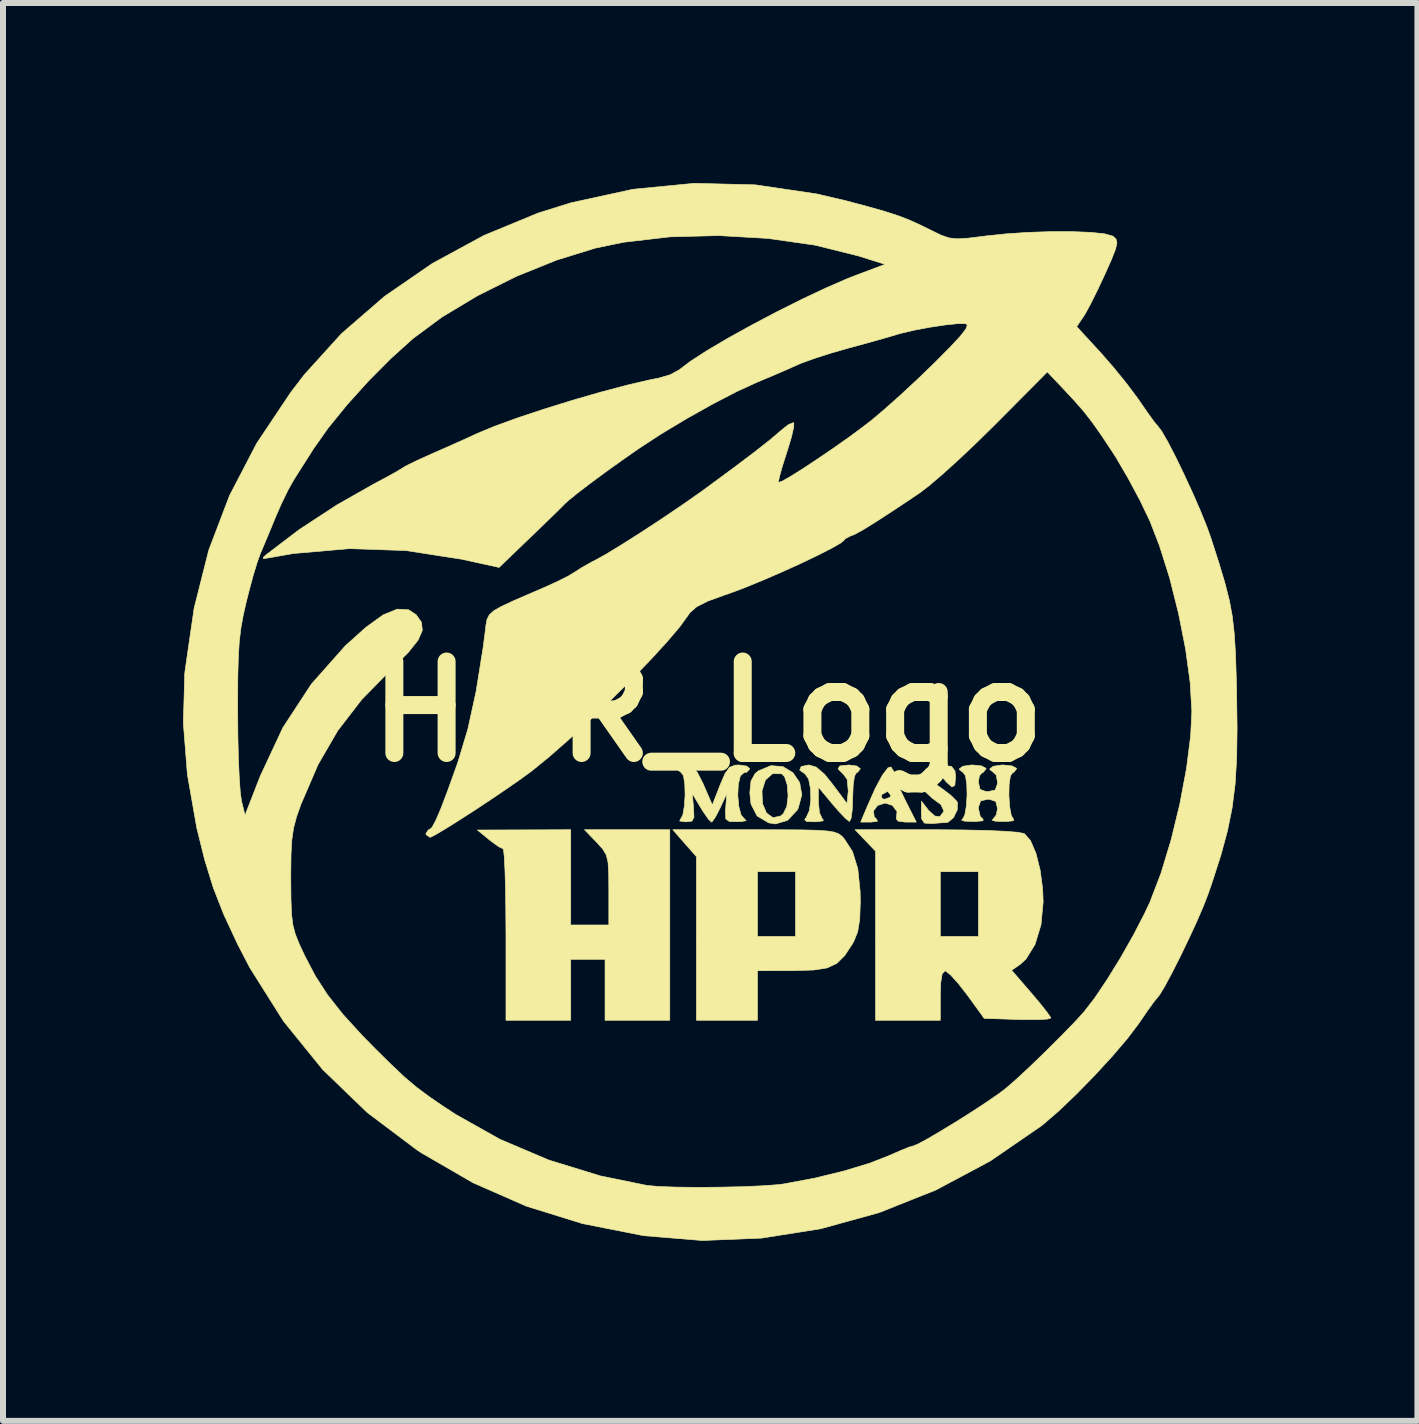
<source format=kicad_pcb>
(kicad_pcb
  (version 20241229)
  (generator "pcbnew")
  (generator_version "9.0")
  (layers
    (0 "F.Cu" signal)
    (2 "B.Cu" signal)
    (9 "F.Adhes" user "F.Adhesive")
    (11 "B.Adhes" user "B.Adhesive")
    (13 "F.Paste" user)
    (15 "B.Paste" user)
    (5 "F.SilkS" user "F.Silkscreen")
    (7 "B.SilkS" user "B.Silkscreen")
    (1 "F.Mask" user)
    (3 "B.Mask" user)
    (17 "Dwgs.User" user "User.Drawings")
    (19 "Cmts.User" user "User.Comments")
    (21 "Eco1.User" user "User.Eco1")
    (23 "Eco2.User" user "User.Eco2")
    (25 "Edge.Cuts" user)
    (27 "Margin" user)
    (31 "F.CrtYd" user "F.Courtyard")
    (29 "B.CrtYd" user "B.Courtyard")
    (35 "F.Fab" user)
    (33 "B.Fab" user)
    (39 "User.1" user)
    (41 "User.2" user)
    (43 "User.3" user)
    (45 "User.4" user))
  (footprint "HPR_Logo"
    (layer "F.Cu")
    (at 8.747 8.809)
    (property "Reference" "HPR_Logo" (at 0 0 180) (layer "F.SilkS") (effects (font (size 1.524 1.524) (thickness 0.3))))
    (attr through_hole)
    (fp_poly (pts (xy -0.635 5.144) (xy -1.714 5.144) (xy -1.714 4.128) (xy -2.286 4.128) (xy -2.286 5.144) (xy -3.365 5.144) (xy -3.365 3.715) (xy -3.368 3.304) (xy -3.373 2.94) (xy -3.382 2.639) (xy -3.393 2.421) (xy -3.406 2.302) (xy -3.413 2.286) (xy -3.489 2.249) (xy -3.616 2.157) (xy -3.651 2.129) (xy -3.842 1.973) (xy -3.064 1.971) (xy -2.286 1.968) (xy -2.286 3.556) (xy -1.651 3.556) (xy -1.651 2.972) (xy -1.653 2.694) (xy -1.664 2.511) (xy -1.694 2.388) (xy -1.75 2.293) (xy -1.841 2.191) (xy -1.854 2.178) (xy -2.057 1.968) (xy -0.635 1.968) (xy -0.635 5.144)) (stroke (width 0.01) (type solid)) (fill yes) (layer "F.SilkS"))
    (fp_poly (pts (xy 1.251 0.917) (xy 1.417 1.018) (xy 1.529 1.182) (xy 1.565 1.386) (xy 1.505 1.61) (xy 1.486 1.644) (xy 1.328 1.811) (xy 1.129 1.871) (xy 1.014 1.854) (xy 0.82 1.739) (xy 0.718 1.54) (xy 0.699 1.359) (xy 0.702 1.321) (xy 0.901 1.321) (xy 0.911 1.537) (xy 0.978 1.692) (xy 1.084 1.767) (xy 1.209 1.741) (xy 1.257 1.702) (xy 1.315 1.582) (xy 1.336 1.406) (xy 1.323 1.223) (xy 1.277 1.083) (xy 1.23 1.036) (xy 1.078 1.034) (xy 0.96 1.137) (xy 0.901 1.321) (xy 0.702 1.321) (xy 0.718 1.157) (xy 0.787 1.032) (xy 0.84 0.988) (xy 1.051 0.9) (xy 1.251 0.917)) (stroke (width 0.01) (type solid)) (fill yes) (layer "F.SilkS"))
    (fp_poly (pts (xy 1.225 1.969) (xy 1.565 1.971) (xy 1.812 1.977) (xy 1.985 1.989) (xy 2.1 2.007) (xy 2.175 2.034) (xy 2.227 2.071) (xy 2.266 2.111) (xy 2.409 2.33) (xy 2.498 2.618) (xy 2.537 2.997) (xy 2.54 3.169) (xy 2.53 3.461) (xy 2.496 3.669) (xy 2.429 3.835) (xy 2.407 3.873) (xy 2.278 4.068) (xy 2.148 4.196) (xy 1.987 4.271) (xy 1.764 4.306) (xy 1.448 4.316) (xy 1.413 4.317) (xy 0.826 4.318) (xy 0.826 5.144) (xy -0.191 5.144) (xy -0.191 2.667) (xy 0.826 2.667) (xy 0.826 3.747) (xy 1.46 3.747) (xy 1.46 2.667) (xy 0.826 2.667) (xy -0.191 2.667) (xy -0.191 2.417) (xy -0.388 2.193) (xy -0.585 1.968) (xy 0.776 1.968) (xy 1.225 1.969)) (stroke (width 0.01) (type solid)) (fill yes) (layer "F.SilkS"))
    (fp_poly (pts (xy 3.108 1.013) (xy 3.111 1.043) (xy 3.139 1.14) (xy 3.209 1.309) (xy 3.292 1.483) (xy 3.473 1.841) (xy 3.288 1.841) (xy 3.17 1.825) (xy 3.139 1.785) (xy 3.14 1.784) (xy 3.152 1.665) (xy 3.075 1.563) (xy 2.953 1.524) (xy 2.828 1.564) (xy 2.76 1.655) (xy 2.772 1.754) (xy 2.808 1.788) (xy 2.826 1.827) (xy 2.72 1.841) (xy 2.718 1.841) (xy 2.546 1.841) (xy 2.646 1.603) (xy 2.737 1.397) (xy 2.889 1.397) (xy 2.904 1.451) (xy 2.949 1.46) (xy 3.036 1.427) (xy 3.048 1.397) (xy 3.002 1.335) (xy 2.988 1.333) (xy 2.902 1.38) (xy 2.889 1.397) (xy 2.737 1.397) (xy 2.788 1.282) (xy 2.909 1.057) (xy 3.001 0.937) (xy 3.05 0.922) (xy 3.108 1.013)) (stroke (width 0.01) (type solid)) (fill yes) (layer "F.SilkS"))
    (fp_poly (pts (xy 4.059 0.913) (xy 4.117 0.987) (xy 4.128 1.083) (xy 4.115 1.228) (xy 4.068 1.257) (xy 3.974 1.173) (xy 3.936 1.127) (xy 3.836 1.034) (xy 3.759 1.044) (xy 3.744 1.058) (xy 3.72 1.123) (xy 3.789 1.204) (xy 3.897 1.28) (xy 4.046 1.392) (xy 4.144 1.49) (xy 4.158 1.513) (xy 4.156 1.637) (xy 4.092 1.768) (xy 4 1.844) (xy 3.982 1.847) (xy 3.864 1.855) (xy 3.731 1.865) (xy 3.608 1.858) (xy 3.562 1.788) (xy 3.557 1.685) (xy 3.559 1.492) (xy 3.676 1.644) (xy 3.78 1.739) (xy 3.865 1.752) (xy 3.934 1.659) (xy 3.883 1.549) (xy 3.746 1.448) (xy 3.61 1.324) (xy 3.548 1.174) (xy 3.561 1.034) (xy 3.654 0.941) (xy 3.699 0.928) (xy 3.927 0.896) (xy 4.059 0.913)) (stroke (width 0.01) (type solid)) (fill yes) (layer "F.SilkS"))
    (fp_poly (pts (xy 2.483 0.907) (xy 2.54 0.952) (xy 2.54 0.953) (xy 2.492 1.014) (xy 2.477 1.016) (xy 2.443 1.074) (xy 2.421 1.229) (xy 2.413 1.434) (xy 2.405 1.642) (xy 2.385 1.784) (xy 2.357 1.831) (xy 2.288 1.774) (xy 2.169 1.648) (xy 2.071 1.534) (xy 1.841 1.258) (xy 1.841 1.513) (xy 1.86 1.686) (xy 1.907 1.79) (xy 1.921 1.799) (xy 1.92 1.821) (xy 1.818 1.835) (xy 1.781 1.836) (xy 1.643 1.831) (xy 1.613 1.799) (xy 1.638 1.765) (xy 1.691 1.651) (xy 1.715 1.475) (xy 1.71 1.283) (xy 1.678 1.122) (xy 1.62 1.039) (xy 1.619 1.039) (xy 1.53 0.975) (xy 1.555 0.915) (xy 1.68 0.889) (xy 1.682 0.889) (xy 1.805 0.925) (xy 1.944 1.044) (xy 2.078 1.211) (xy 2.318 1.532) (xy 2.339 1.325) (xy 2.321 1.129) (xy 2.259 1.044) (xy 2.169 0.955) (xy 2.198 0.905) (xy 2.348 0.889) (xy 2.349 0.889) (xy 2.483 0.907)) (stroke (width 0.01) (type solid)) (fill yes) (layer "F.SilkS"))
    (fp_poly (pts (xy 4.251 1.972) (xy 4.638 1.98) (xy 4.949 1.994) (xy 5.165 2.011) (xy 5.271 2.032) (xy 5.273 2.033) (xy 5.376 2.149) (xy 5.467 2.362) (xy 5.537 2.642) (xy 5.579 2.96) (xy 5.587 3.171) (xy 5.551 3.552) (xy 5.452 3.879) (xy 5.301 4.124) (xy 5.205 4.211) (xy 5.062 4.311) (xy 5.388 4.688) (xy 5.542 4.871) (xy 5.657 5.017) (xy 5.713 5.099) (xy 5.715 5.107) (xy 5.656 5.124) (xy 5.5 5.133) (xy 5.273 5.133) (xy 5.16 5.13) (xy 4.605 5.112) (xy 4.319 4.718) (xy 4.172 4.529) (xy 4.045 4.389) (xy 3.962 4.323) (xy 3.953 4.321) (xy 3.905 4.368) (xy 3.88 4.52) (xy 3.873 4.731) (xy 3.873 5.144) (xy 2.794 5.144) (xy 2.794 2.667) (xy 3.873 2.667) (xy 3.873 3.747) (xy 4.508 3.747) (xy 4.508 2.667) (xy 3.873 2.667) (xy 2.794 2.667) (xy 2.794 2.325) (xy 2.623 2.147) (xy 2.453 1.968) (xy 3.802 1.968) (xy 4.251 1.972)) (stroke (width 0.01) (type solid)) (fill yes) (layer "F.SilkS"))
    (fp_poly (pts (xy 0.647 0.908) (xy 0.699 0.953) (xy 0.647 1.009) (xy 0.603 1.016) (xy 0.541 1.071) (xy 0.507 1.21) (xy 0.498 1.393) (xy 0.514 1.578) (xy 0.555 1.727) (xy 0.619 1.798) (xy 0.638 1.818) (xy 0.55 1.832) (xy 0.505 1.834) (xy 0.358 1.832) (xy 0.298 1.787) (xy 0.293 1.664) (xy 0.297 1.603) (xy 0.315 1.365) (xy 0.205 1.603) (xy 0.129 1.751) (xy 0.071 1.834) (xy 0.06 1.841) (xy 0.009 1.792) (xy -0.078 1.668) (xy -0.118 1.603) (xy -0.261 1.365) (xy -0.239 1.603) (xy -0.232 1.759) (xy -0.266 1.825) (xy -0.363 1.837) (xy -0.378 1.836) (xy -0.47 1.823) (xy -0.46 1.799) (xy -0.419 1.727) (xy -0.392 1.577) (xy -0.38 1.39) (xy -0.385 1.206) (xy -0.407 1.068) (xy -0.445 1.016) (xy -0.506 0.968) (xy -0.508 0.953) (xy -0.454 0.903) (xy -0.362 0.889) (xy -0.263 0.915) (xy -0.177 1.011) (xy -0.08 1.201) (xy -0.071 1.222) (xy 0.074 1.556) (xy 0.204 1.222) (xy 0.287 1.03) (xy 0.36 0.929) (xy 0.45 0.893) (xy 0.517 0.889) (xy 0.647 0.908)) (stroke (width 0.01) (type solid)) (fill yes) (layer "F.SilkS"))
    (fp_poly (pts (xy 5.068 0.905) (xy 5.142 0.944) (xy 5.144 0.953) (xy 5.095 1.014) (xy 5.08 1.016) (xy 5.041 1.072) (xy 5.02 1.213) (xy 5.016 1.397) (xy 5.028 1.583) (xy 5.056 1.731) (xy 5.096 1.799) (xy 5.091 1.819) (xy 4.986 1.83) (xy 4.921 1.831) (xy 4.783 1.825) (xy 4.735 1.808) (xy 4.747 1.799) (xy 4.808 1.718) (xy 4.826 1.614) (xy 4.798 1.497) (xy 4.692 1.461) (xy 4.667 1.46) (xy 4.546 1.487) (xy 4.509 1.59) (xy 4.508 1.614) (xy 4.538 1.744) (xy 4.588 1.799) (xy 4.583 1.819) (xy 4.478 1.83) (xy 4.413 1.831) (xy 4.275 1.825) (xy 4.227 1.808) (xy 4.239 1.799) (xy 4.28 1.727) (xy 4.307 1.577) (xy 4.319 1.39) (xy 4.314 1.206) (xy 4.292 1.068) (xy 4.255 1.016) (xy 4.193 0.968) (xy 4.191 0.953) (xy 4.247 0.911) (xy 4.384 0.89) (xy 4.413 0.889) (xy 4.56 0.905) (xy 4.634 0.944) (xy 4.636 0.953) (xy 4.587 1.014) (xy 4.572 1.016) (xy 4.524 1.07) (xy 4.508 1.175) (xy 4.535 1.296) (xy 4.638 1.333) (xy 4.667 1.333) (xy 4.788 1.307) (xy 4.825 1.204) (xy 4.826 1.175) (xy 4.804 1.055) (xy 4.763 1.016) (xy 4.701 0.968) (xy 4.699 0.953) (xy 4.755 0.911) (xy 4.892 0.89) (xy 4.921 0.889) (xy 5.068 0.905)) (stroke (width 0.01) (type solid)) (fill yes) (layer "F.SilkS"))
    (fp_poly (pts (xy 0.788 -8.779) (xy 1.811 -8.628) (xy 2.291 -8.516) (xy 2.666 -8.416) (xy 2.949 -8.336) (xy 3.17 -8.264) (xy 3.361 -8.191) (xy 3.551 -8.104) (xy 3.728 -8.017) (xy 3.89 -7.938) (xy 4.02 -7.894) (xy 4.155 -7.879) (xy 4.335 -7.89) (xy 4.599 -7.922) (xy 4.624 -7.926) (xy 4.969 -7.962) (xy 5.342 -7.987) (xy 5.717 -7.999) (xy 6.07 -7.999) (xy 6.376 -7.987) (xy 6.609 -7.963) (xy 6.744 -7.926) (xy 6.754 -7.92) (xy 6.802 -7.874) (xy 6.817 -7.811) (xy 6.793 -7.706) (xy 6.725 -7.533) (xy 6.622 -7.301) (xy 6.5 -7.04) (xy 6.383 -6.804) (xy 6.29 -6.632) (xy 6.263 -6.589) (xy 6.146 -6.416) (xy 6.541 -5.986) (xy 6.76 -5.736) (xy 6.982 -5.462) (xy 7.165 -5.217) (xy 7.194 -5.175) (xy 7.326 -4.984) (xy 7.432 -4.837) (xy 7.492 -4.764) (xy 7.494 -4.763) (xy 7.562 -4.674) (xy 7.666 -4.493) (xy 7.795 -4.244) (xy 7.936 -3.952) (xy 8.079 -3.642) (xy 8.211 -3.34) (xy 8.32 -3.068) (xy 8.38 -2.9) (xy 8.515 -2.481) (xy 8.616 -2.144) (xy 8.689 -1.858) (xy 8.739 -1.589) (xy 8.771 -1.307) (xy 8.792 -0.979) (xy 8.805 -0.571) (xy 8.811 -0.324) (xy 8.819 0.275) (xy 8.812 0.776) (xy 8.786 1.21) (xy 8.736 1.605) (xy 8.658 1.99) (xy 8.548 2.395) (xy 8.402 2.848) (xy 8.335 3.042) (xy 8.256 3.246) (xy 8.144 3.505) (xy 8.011 3.792) (xy 7.871 4.083) (xy 7.735 4.351) (xy 7.617 4.572) (xy 7.529 4.718) (xy 7.493 4.763) (xy 7.44 4.827) (xy 7.337 4.969) (xy 7.205 5.161) (xy 7.177 5.202) (xy 6.993 5.445) (xy 6.741 5.741) (xy 6.446 6.062) (xy 6.137 6.378) (xy 5.84 6.661) (xy 5.584 6.882) (xy 5.556 6.904) (xy 4.705 7.489) (xy 3.8 7.972) (xy 2.854 8.349) (xy 1.881 8.618) (xy 0.894 8.774) (xy -0.093 8.814) (xy -1.066 8.734) (xy -1.079 8.732) (xy -2.091 8.532) (xy -3.028 8.241) (xy -3.915 7.851) (xy -4.775 7.353) (xy -4.849 7.304) (xy -5.678 6.68) (xy -6.42 5.964) (xy -7.073 5.158) (xy -7.636 4.264) (xy -7.843 3.864) (xy -8.068 3.38) (xy -8.243 2.933) (xy -8.386 2.47) (xy -8.518 1.937) (xy -8.674 1.05) (xy -8.742 0.186) (xy -8.731 -0.175) (xy -7.836 -0.175) (xy -7.836 0) (xy -7.833 0.401) (xy -7.824 0.775) (xy -7.81 1.096) (xy -7.793 1.34) (xy -7.774 1.481) (xy -7.774 1.483) (xy -7.714 1.727) (xy -7.46 1.075) (xy -7.083 0.268) (xy -6.61 -0.456) (xy -6.042 -1.097) (xy -5.699 -1.405) (xy -5.412 -1.612) (xy -5.177 -1.708) (xy -4.986 -1.697) (xy -4.862 -1.615) (xy -4.773 -1.489) (xy -4.759 -1.353) (xy -4.83 -1.191) (xy -4.99 -0.99) (xy -5.248 -0.732) (xy -5.274 -0.708) (xy -5.771 -0.199) (xy -6.17 0.319) (xy -6.497 0.883) (xy -6.777 1.533) (xy -6.78 1.54) (xy -6.855 1.751) (xy -6.904 1.936) (xy -6.933 2.13) (xy -6.947 2.371) (xy -6.951 2.693) (xy -6.951 2.794) (xy -6.948 3.128) (xy -6.939 3.368) (xy -6.918 3.549) (xy -6.877 3.705) (xy -6.812 3.869) (xy -6.721 4.064) (xy -6.543 4.404) (xy -6.339 4.72) (xy -6.087 5.04) (xy -5.767 5.391) (xy -5.549 5.613) (xy -5.274 5.885) (xy -5.053 6.093) (xy -4.853 6.262) (xy -4.642 6.419) (xy -4.387 6.593) (xy -4.196 6.717) (xy -3.464 7.128) (xy -2.652 7.473) (xy -1.793 7.737) (xy -1.016 7.896) (xy -0.818 7.914) (xy -0.527 7.924) (xy -0.175 7.928) (xy 0.204 7.925) (xy 0.577 7.917) (xy 0.911 7.902) (xy 1.172 7.883) (xy 1.27 7.87) (xy 1.777 7.775) (xy 2.265 7.656) (xy 2.697 7.525) (xy 3.017 7.4) (xy 3.211 7.315) (xy 3.358 7.256) (xy 3.419 7.239) (xy 3.501 7.206) (xy 3.664 7.118) (xy 3.883 6.989) (xy 4.135 6.836) (xy 4.395 6.672) (xy 4.637 6.513) (xy 4.838 6.375) (xy 4.958 6.285) (xy 5.132 6.134) (xy 5.364 5.919) (xy 5.623 5.669) (xy 5.881 5.412) (xy 6.108 5.179) (xy 6.262 5.011) (xy 6.442 4.779) (xy 6.653 4.465) (xy 6.877 4.102) (xy 7.092 3.723) (xy 7.278 3.363) (xy 7.366 3.176) (xy 7.551 2.693) (xy 7.72 2.135) (xy 7.864 1.542) (xy 7.975 0.952) (xy 8.045 0.403) (xy 8.065 0) (xy 8.037 -0.483) (xy 7.961 -1.04) (xy 7.844 -1.633) (xy 7.696 -2.224) (xy 7.523 -2.772) (xy 7.366 -3.176) (xy 7.204 -3.514) (xy 7.004 -3.888) (xy 6.804 -4.23) (xy 6.75 -4.315) (xy 6.56 -4.602) (xy 6.408 -4.818) (xy 6.265 -5.002) (xy 6.101 -5.189) (xy 5.892 -5.413) (xy 5.657 -5.661) (xy 4.781 -4.78) (xy 4.482 -4.486) (xy 4.185 -4.205) (xy 3.912 -3.958) (xy 3.685 -3.764) (xy 3.534 -3.648) (xy 3.126 -3.375) (xy 2.814 -3.172) (xy 2.589 -3.032) (xy 2.443 -2.952) (xy 2.371 -2.925) (xy 2.285 -2.879) (xy 2.275 -2.861) (xy 2.209 -2.807) (xy 2.047 -2.715) (xy 1.813 -2.596) (xy 1.529 -2.461) (xy 1.217 -2.32) (xy 0.902 -2.184) (xy 0.604 -2.062) (xy 0.347 -1.966) (xy 0.283 -1.945) (xy -0.000002 -1.842) (xy -0.185 -1.749) (xy -0.299 -1.65) (xy -0.332 -1.603) (xy -0.466 -1.417) (xy -0.679 -1.166) (xy -0.953 -0.867) (xy -1.272 -0.536) (xy -1.619 -0.192) (xy -1.975 0.15) (xy -2.324 0.471) (xy -2.648 0.755) (xy -2.931 0.985) (xy -2.953 1.002) (xy -3.133 1.133) (xy -3.365 1.294) (xy -3.628 1.472) (xy -3.899 1.651) (xy -4.157 1.817) (xy -4.379 1.956) (xy -4.543 2.053) (xy -4.627 2.095) (xy -4.631 2.095) (xy -4.696 2.05) (xy -4.699 2.032) (xy -4.658 1.97) (xy -4.645 1.968) (xy -4.6 1.933) (xy -4.537 1.818) (xy -4.449 1.614) (xy -4.334 1.311) (xy -4.186 0.898) (xy -4.161 0.826) (xy -4 0.29) (xy -3.863 -0.336) (xy -3.746 -1.067) (xy -3.713 -1.319) (xy -3.698 -1.446) (xy -3.68 -1.54) (xy -3.642 -1.614) (xy -3.566 -1.682) (xy -3.435 -1.756) (xy -3.233 -1.85) (xy -2.942 -1.976) (xy -2.731 -2.067) (xy -2.51 -2.167) (xy -2.327 -2.259) (xy -2.223 -2.322) (xy -2.223 -2.322) (xy -2.109 -2.396) (xy -1.935 -2.494) (xy -1.858 -2.533) (xy -1.678 -2.634) (xy -1.42 -2.792) (xy -1.112 -2.988) (xy -0.779 -3.206) (xy -0.449 -3.429) (xy -0.148 -3.639) (xy -0.022 -3.73) (xy 0.433 -4.066) (xy 0.788 -4.334) (xy 1.048 -4.539) (xy 1.219 -4.685) (xy 1.222 -4.688) (xy 1.342 -4.783) (xy 1.423 -4.816) (xy 1.432 -4.812) (xy 1.43 -4.739) (xy 1.393 -4.578) (xy 1.328 -4.361) (xy 1.311 -4.309) (xy 1.24 -4.086) (xy 1.192 -3.914) (xy 1.175 -3.825) (xy 1.176 -3.819) (xy 1.238 -3.84) (xy 1.382 -3.922) (xy 1.586 -4.05) (xy 1.829 -4.211) (xy 2.092 -4.39) (xy 2.352 -4.573) (xy 2.588 -4.748) (xy 2.731 -4.858) (xy 2.945 -5.039) (xy 3.214 -5.279) (xy 3.504 -5.548) (xy 3.78 -5.815) (xy 3.786 -5.821) (xy 4.041 -6.078) (xy 4.21 -6.26) (xy 4.301 -6.379) (xy 4.324 -6.444) (xy 4.297 -6.465) (xy 4.169 -6.466) (xy 3.957 -6.444) (xy 3.701 -6.406) (xy 3.441 -6.357) (xy 3.216 -6.304) (xy 3.143 -6.283) (xy 2.999 -6.24) (xy 2.77 -6.175) (xy 2.495 -6.099) (xy 2.349 -6.06) (xy 2.056 -5.976) (xy 1.778 -5.887) (xy 1.56 -5.808) (xy 1.492 -5.779) (xy 1.297 -5.692) (xy 1.043 -5.583) (xy 0.826 -5.492) (xy 0.487 -5.337) (xy 0.083 -5.128) (xy -0.352 -4.884) (xy -0.78 -4.627) (xy -1.143 -4.39) (xy -1.411 -4.203) (xy -1.687 -4.006) (xy -1.947 -3.814) (xy -2.166 -3.647) (xy -2.322 -3.521) (xy -2.382 -3.467) (xy -2.451 -3.397) (xy -2.591 -3.259) (xy -2.78 -3.076) (xy -2.963 -2.9) (xy -3.48 -2.403) (xy -4.105 -2.54) (xy -5.033 -2.684) (xy -5.977 -2.716) (xy -6.906 -2.635) (xy -7.303 -2.565) (xy -7.407 -2.549) (xy -7.403 -2.578) (xy -7.36 -2.615) (xy -6.809 -3.034) (xy -6.183 -3.444) (xy -5.571 -3.791) (xy -5.354 -3.907) (xy -5.184 -4.001) (xy -5.089 -4.059) (xy -5.08 -4.066) (xy -5.011 -4.105) (xy -4.855 -4.181) (xy -4.641 -4.278) (xy -4.572 -4.309) (xy -4.308 -4.425) (xy -4.053 -4.539) (xy -3.859 -4.628) (xy -3.842 -4.636) (xy -3.553 -4.756) (xy -3.171 -4.895) (xy -2.728 -5.042) (xy -2.254 -5.189) (xy -1.78 -5.326) (xy -1.338 -5.443) (xy -0.959 -5.531) (xy -0.815 -5.559) (xy -0.626 -5.615) (xy -0.476 -5.697) (xy -0.466 -5.705) (xy -0.284 -5.843) (xy -0.009 -6.02) (xy 0.337 -6.224) (xy 0.731 -6.442) (xy 1.15 -6.663) (xy 1.572 -6.874) (xy 1.974 -7.063) (xy 2.332 -7.219) (xy 2.477 -7.275) (xy 2.953 -7.454) (xy 2.508 -7.594) (xy 1.789 -7.773) (xy 1.001 -7.886) (xy 0.181 -7.933) (xy -0.633 -7.912) (xy -1.405 -7.822) (xy -1.873 -7.725) (xy -2.523 -7.524) (xy -3.191 -7.254) (xy -3.839 -6.931) (xy -4.432 -6.575) (xy -4.914 -6.218) (xy -5.278 -5.89) (xy -5.655 -5.511) (xy -6.016 -5.111) (xy -6.332 -4.722) (xy -6.572 -4.381) (xy -6.71 -4.164) (xy -6.847 -3.948) (xy -6.895 -3.873) (xy -6.995 -3.696) (xy -7.112 -3.455) (xy -7.206 -3.239) (xy -7.305 -2.998) (xy -7.398 -2.776) (xy -7.458 -2.635) (xy -7.51 -2.49) (xy -7.58 -2.26) (xy -7.654 -1.984) (xy -7.69 -1.841) (xy -7.743 -1.61) (xy -7.782 -1.396) (xy -7.809 -1.172) (xy -7.825 -0.912) (xy -7.834 -0.589) (xy -7.836 -0.175) (xy -8.731 -0.175) (xy -8.719 -0.624) (xy -8.713 -0.683) (xy -8.562 -1.724) (xy -8.318 -2.691) (xy -7.972 -3.6) (xy -7.519 -4.471) (xy -6.951 -5.321) (xy -6.721 -5.62) (xy -6.106 -6.299) (xy -5.39 -6.919) (xy -4.593 -7.468) (xy -3.733 -7.935) (xy -2.828 -8.309) (xy -2.28 -8.48) (xy -1.248 -8.705) (xy -0.228 -8.804) (xy 0.788 -8.779)) (stroke (width 0.01) (type solid)) (fill yes) (layer "F.SilkS")))
  (gr_rect
    (start -3 -3)
    (end 20.571 20.628)
    (stroke (width 0.1) (type default))
    (fill no)
    (layer "Edge.Cuts")))
</source>
